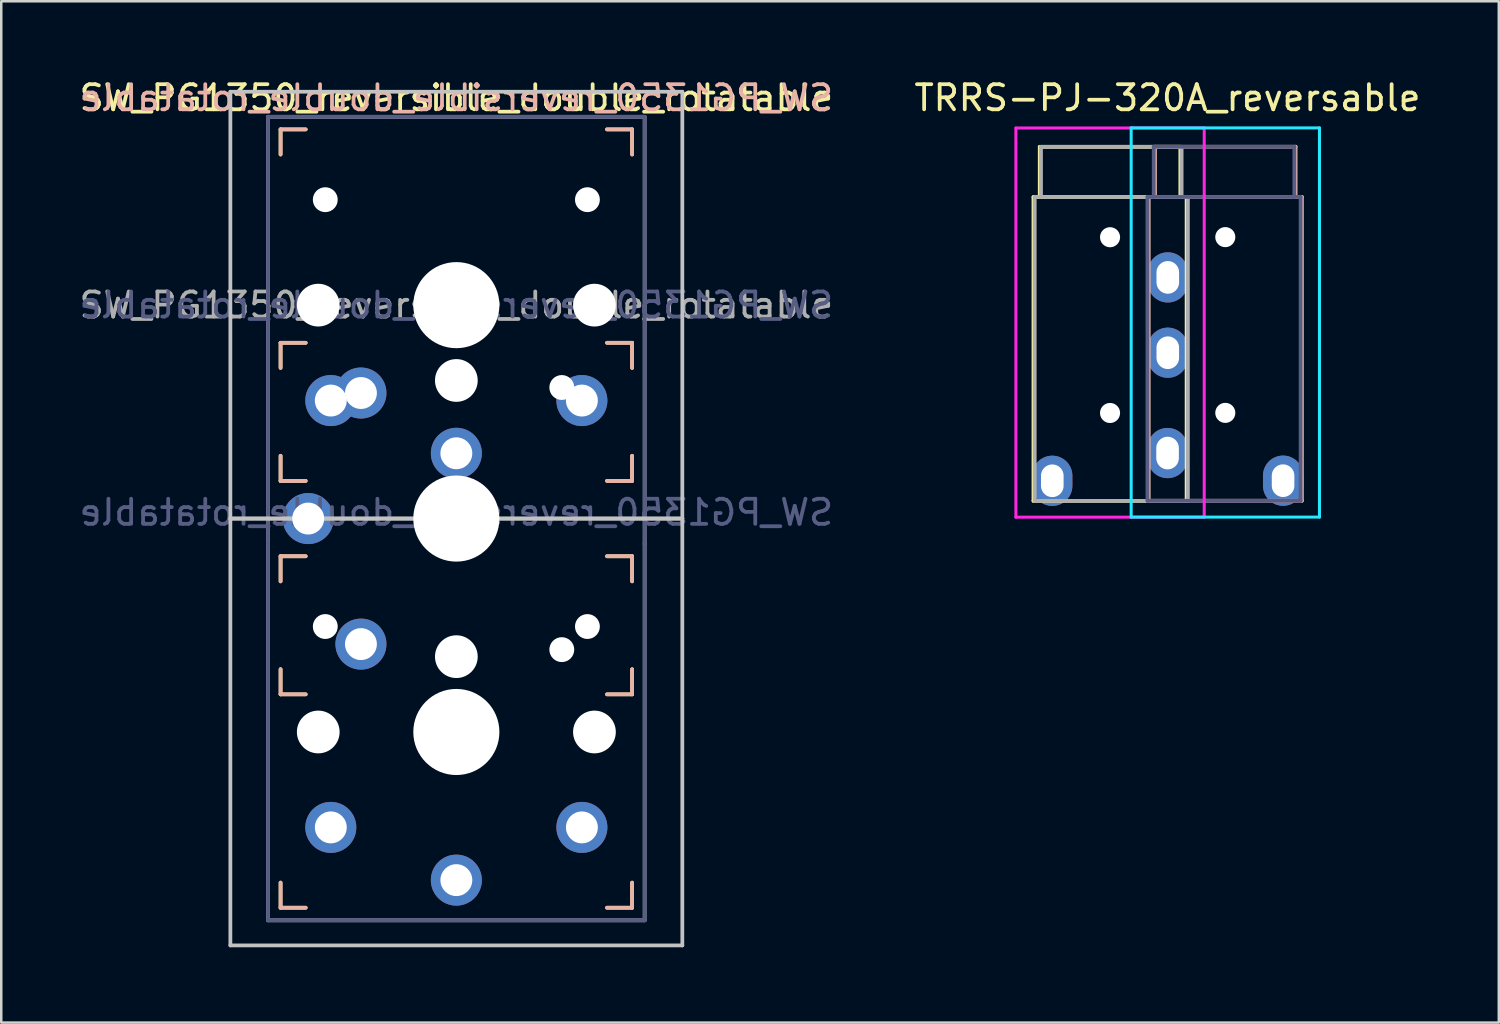
<source format=kicad_pcb>
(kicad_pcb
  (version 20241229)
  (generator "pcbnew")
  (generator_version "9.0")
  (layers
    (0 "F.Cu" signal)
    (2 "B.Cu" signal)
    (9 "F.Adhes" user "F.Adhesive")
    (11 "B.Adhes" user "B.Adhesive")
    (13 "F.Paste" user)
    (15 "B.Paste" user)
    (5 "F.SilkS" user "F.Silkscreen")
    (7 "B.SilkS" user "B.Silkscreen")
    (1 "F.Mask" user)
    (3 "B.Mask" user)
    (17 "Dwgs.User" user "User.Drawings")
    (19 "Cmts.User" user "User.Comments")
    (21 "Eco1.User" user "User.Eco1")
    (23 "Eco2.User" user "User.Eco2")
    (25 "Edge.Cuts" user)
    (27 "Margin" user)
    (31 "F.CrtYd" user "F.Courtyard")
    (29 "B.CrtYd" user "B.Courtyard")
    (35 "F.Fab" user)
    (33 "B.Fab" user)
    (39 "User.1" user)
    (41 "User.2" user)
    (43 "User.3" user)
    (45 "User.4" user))
  (footprint "SW_PG1350_reversible_double_rotatable"
    (layer "F.Cu")
    (at 15.125 9.103)
    (property "Reference" "SW_PG1350_reversible_double_rotatable" (at 0 -8.255 0) (layer "F.SilkS") (effects (font (size 1 1) (thickness 0.15))))
    (property "Value" "SW_PG1350_reversible_double_rotatable" (at 0 8.255 0) (layer "F.Fab") (hide yes) (effects (font (size 1 1) (thickness 0.15))))
    (attr through_hole)
    (fp_line (start -7 -7) (end -6 -7) (stroke (width 0.15) (type solid)) (layer "F.SilkS"))
    (fp_line (start -7 -6) (end -7 -7) (stroke (width 0.15) (type solid)) (layer "F.SilkS"))
    (fp_line (start -7 1.5) (end -6 1.5) (stroke (width 0.15) (type solid)) (layer "F.SilkS"))
    (fp_line (start -7 2.5) (end -7 1.5) (stroke (width 0.15) (type solid)) (layer "F.SilkS"))
    (fp_line (start -7 7) (end -7 6) (stroke (width 0.15) (type solid)) (layer "F.SilkS"))
    (fp_line (start -7 10) (end -6 10) (stroke (width 0.15) (type solid)) (layer "F.SilkS"))
    (fp_line (start -7 11) (end -7 10) (stroke (width 0.15) (type solid)) (layer "F.SilkS"))
    (fp_line (start -7 15.5) (end -7 14.5) (stroke (width 0.15) (type solid)) (layer "F.SilkS"))
    (fp_line (start -7 24) (end -7 23) (stroke (width 0.15) (type solid)) (layer "F.SilkS"))
    (fp_line (start -6 7) (end -7 7) (stroke (width 0.15) (type solid)) (layer "F.SilkS"))
    (fp_line (start -6 15.5) (end -7 15.5) (stroke (width 0.15) (type solid)) (layer "F.SilkS"))
    (fp_line (start -6 24) (end -7 24) (stroke (width 0.15) (type solid)) (layer "F.SilkS"))
    (fp_line (start 6 -7) (end 7 -7) (stroke (width 0.15) (type solid)) (layer "F.SilkS"))
    (fp_line (start 6 1.5) (end 7 1.5) (stroke (width 0.15) (type solid)) (layer "F.SilkS"))
    (fp_line (start 6 10) (end 7 10) (stroke (width 0.15) (type solid)) (layer "F.SilkS"))
    (fp_line (start 7 -7) (end 7 -6) (stroke (width 0.15) (type solid)) (layer "F.SilkS"))
    (fp_line (start 7 1.5) (end 7 2.5) (stroke (width 0.15) (type solid)) (layer "F.SilkS"))
    (fp_line (start 7 6) (end 7 7) (stroke (width 0.15) (type solid)) (layer "F.SilkS"))
    (fp_line (start 7 7) (end 6 7) (stroke (width 0.15) (type solid)) (layer "F.SilkS"))
    (fp_line (start 7 10) (end 7 11) (stroke (width 0.15) (type solid)) (layer "F.SilkS"))
    (fp_line (start 7 14.5) (end 7 15.5) (stroke (width 0.15) (type solid)) (layer "F.SilkS"))
    (fp_line (start 7 15.5) (end 6 15.5) (stroke (width 0.15) (type solid)) (layer "F.SilkS"))
    (fp_line (start 7 23) (end 7 24) (stroke (width 0.15) (type solid)) (layer "F.SilkS"))
    (fp_line (start 7 24) (end 6 24) (stroke (width 0.15) (type solid)) (layer "F.SilkS"))
    (fp_line (start -7 -7) (end -6 -7) (stroke (width 0.15) (type solid)) (layer "B.SilkS"))
    (fp_line (start -7 -6) (end -7 -7) (stroke (width 0.15) (type solid)) (layer "B.SilkS"))
    (fp_line (start -7 1.5) (end -6 1.5) (stroke (width 0.15) (type solid)) (layer "B.SilkS"))
    (fp_line (start -7 2.5) (end -7 1.5) (stroke (width 0.15) (type solid)) (layer "B.SilkS"))
    (fp_line (start -7 7) (end -7 6) (stroke (width 0.15) (type solid)) (layer "B.SilkS"))
    (fp_line (start -7 10) (end -6 10) (stroke (width 0.15) (type solid)) (layer "B.SilkS"))
    (fp_line (start -7 11) (end -7 10) (stroke (width 0.15) (type solid)) (layer "B.SilkS"))
    (fp_line (start -7 15.5) (end -7 14.5) (stroke (width 0.15) (type solid)) (layer "B.SilkS"))
    (fp_line (start -7 24) (end -7 23) (stroke (width 0.15) (type solid)) (layer "B.SilkS"))
    (fp_line (start -6 7) (end -7 7) (stroke (width 0.15) (type solid)) (layer "B.SilkS"))
    (fp_line (start -6 15.5) (end -7 15.5) (stroke (width 0.15) (type solid)) (layer "B.SilkS"))
    (fp_line (start -6 24) (end -7 24) (stroke (width 0.15) (type solid)) (layer "B.SilkS"))
    (fp_line (start 6 -7) (end 7 -7) (stroke (width 0.15) (type solid)) (layer "B.SilkS"))
    (fp_line (start 6 1.5) (end 7 1.5) (stroke (width 0.15) (type solid)) (layer "B.SilkS"))
    (fp_line (start 6 10) (end 7 10) (stroke (width 0.15) (type solid)) (layer "B.SilkS"))
    (fp_line (start 7 -7) (end 7 -6) (stroke (width 0.15) (type solid)) (layer "B.SilkS"))
    (fp_line (start 7 1.5) (end 7 2.5) (stroke (width 0.15) (type solid)) (layer "B.SilkS"))
    (fp_line (start 7 6) (end 7 7) (stroke (width 0.15) (type solid)) (layer "B.SilkS"))
    (fp_line (start 7 7) (end 6 7) (stroke (width 0.15) (type solid)) (layer "B.SilkS"))
    (fp_line (start 7 10) (end 7 11) (stroke (width 0.15) (type solid)) (layer "B.SilkS"))
    (fp_line (start 7 14.5) (end 7 15.5) (stroke (width 0.15) (type solid)) (layer "B.SilkS"))
    (fp_line (start 7 15.5) (end 6 15.5) (stroke (width 0.15) (type solid)) (layer "B.SilkS"))
    (fp_line (start 7 23) (end 7 24) (stroke (width 0.15) (type solid)) (layer "B.SilkS"))
    (fp_line (start 7 24) (end 6 24) (stroke (width 0.15) (type solid)) (layer "B.SilkS"))
    (fp_line (start -9 -8.5) (end 9 -8.5) (stroke (width 0.15) (type solid)) (layer "Dwgs.User"))
    (fp_line (start -9 8.5) (end -9 -8.5) (stroke (width 0.15) (type solid)) (layer "Dwgs.User"))
    (fp_line (start -9 8.5) (end 9 8.5) (stroke (width 0.15) (type solid)) (layer "Dwgs.User"))
    (fp_line (start -9 25.5) (end -9 8.5) (stroke (width 0.15) (type solid)) (layer "Dwgs.User"))
    (fp_line (start 9 -8.5) (end 9 8.5) (stroke (width 0.15) (type solid)) (layer "Dwgs.User"))
    (fp_line (start 9 8.5) (end -9 8.5) (stroke (width 0.15) (type solid)) (layer "Dwgs.User"))
    (fp_line (start 9 8.5) (end 9 25.5) (stroke (width 0.15) (type solid)) (layer "Dwgs.User"))
    (fp_line (start 9 25.5) (end -9 25.5) (stroke (width 0.15) (type solid)) (layer "Dwgs.User"))
    (fp_line (start -6.9 1.6) (end -6.9 15.4) (stroke (width 0.15) (type solid)) (layer "Eco2.User"))
    (fp_line (start -6.9 1.6) (end 6.9 1.6) (stroke (width 0.15) (type solid)) (layer "Eco2.User"))
    (fp_line (start -6.9 6.9) (end -6.9 -6.9) (stroke (width 0.15) (type solid)) (layer "Eco2.User"))
    (fp_line (start -6.9 6.9) (end 6.9 6.9) (stroke (width 0.15) (type solid)) (layer "Eco2.User"))
    (fp_line (start -6.9 23.9) (end -6.9 10.1) (stroke (width 0.15) (type solid)) (layer "Eco2.User"))
    (fp_line (start -6.9 23.9) (end 6.9 23.9) (stroke (width 0.15) (type solid)) (layer "Eco2.User"))
    (fp_line (start -2.6 -3.1) (end -2.6 -6.3) (stroke (width 0.15) (type solid)) (layer "Eco2.User"))
    (fp_line (start -2.6 -3.1) (end 2.6 -3.1) (stroke (width 0.15) (type solid)) (layer "Eco2.User"))
    (fp_line (start -2.6 13.9) (end -2.6 10.7) (stroke (width 0.15) (type solid)) (layer "Eco2.User"))
    (fp_line (start -2.6 13.9) (end 2.6 13.9) (stroke (width 0.15) (type solid)) (layer "Eco2.User"))
    (fp_line (start 2.6 -6.3) (end -2.6 -6.3) (stroke (width 0.15) (type solid)) (layer "Eco2.User"))
    (fp_line (start 2.6 -3.1) (end 2.6 -6.3) (stroke (width 0.15) (type solid)) (layer "Eco2.User"))
    (fp_line (start 2.6 10.7) (end -2.6 10.7) (stroke (width 0.15) (type solid)) (layer "Eco2.User"))
    (fp_line (start 2.6 13.9) (end 2.6 10.7) (stroke (width 0.15) (type solid)) (layer "Eco2.User"))
    (fp_line (start 3.1 5.9) (end 3.1 11.1) (stroke (width 0.15) (type solid)) (layer "Eco2.User"))
    (fp_line (start 3.1 5.9) (end 6.3 5.9) (stroke (width 0.15) (type solid)) (layer "Eco2.User"))
    (fp_line (start 3.1 11.1) (end 6.3 11.1) (stroke (width 0.15) (type solid)) (layer "Eco2.User"))
    (fp_line (start 6.3 11.1) (end 6.3 5.9) (stroke (width 0.15) (type solid)) (layer "Eco2.User"))
    (fp_line (start 6.9 -6.9) (end -6.9 -6.9) (stroke (width 0.15) (type solid)) (layer "Eco2.User"))
    (fp_line (start 6.9 -6.9) (end 6.9 6.9) (stroke (width 0.15) (type solid)) (layer "Eco2.User"))
    (fp_line (start 6.9 10.1) (end -6.9 10.1) (stroke (width 0.15) (type solid)) (layer "Eco2.User"))
    (fp_line (start 6.9 10.1) (end 6.9 23.9) (stroke (width 0.15) (type solid)) (layer "Eco2.User"))
    (fp_line (start 6.9 15.4) (end -6.9 15.4) (stroke (width 0.15) (type solid)) (layer "Eco2.User"))
    (fp_line (start 6.9 15.4) (end 6.9 1.6) (stroke (width 0.15) (type solid)) (layer "Eco2.User"))
    (fp_line (start -7.5 -7.5) (end 7.5 -7.5) (stroke (width 0.15) (type solid)) (layer "B.Fab"))
    (fp_line (start -7.5 9.5) (end -7.5 -7.5) (stroke (width 0.15) (type solid)) (layer "B.Fab"))
    (fp_line (start -7.5 24.5) (end -7.5 9.5) (stroke (width 0.15) (type solid)) (layer "B.Fab"))
    (fp_line (start 7.5 -7.5) (end 7.5 9.5) (stroke (width 0.15) (type solid)) (layer "B.Fab"))
    (fp_line (start 7.5 9.5) (end 7.5 24.5) (stroke (width 0.15) (type solid)) (layer "B.Fab"))
    (fp_line (start 7.5 24.5) (end -7.5 24.5) (stroke (width 0.15) (type solid)) (layer "B.Fab"))
    (fp_line (start -7.5 -7.5) (end 7.5 -7.5) (stroke (width 0.15) (type solid)) (layer "F.Fab"))
    (fp_line (start -7.5 9.5) (end -7.5 -7.5) (stroke (width 0.15) (type solid)) (layer "F.Fab"))
    (fp_line (start -7.5 24.5) (end -7.5 9.5) (stroke (width 0.15) (type solid)) (layer "F.Fab"))
    (fp_line (start 7.5 -7.5) (end 7.5 9.5) (stroke (width 0.15) (type solid)) (layer "F.Fab"))
    (fp_line (start 7.5 9.5) (end 7.5 24.5) (stroke (width 0.15) (type solid)) (layer "F.Fab"))
    (fp_line (start 7.5 24.5) (end -7.5 24.5) (stroke (width 0.15) (type solid)) (layer "F.Fab"))
    (fp_text user "${REFERENCE}" (at 0 -8.255 0) (layer "B.SilkS") (effects (font (size 1 1) (thickness 0.15)) (justify mirror)))
    (fp_text user "${REFERENCE}" (at 0 0 0) (layer "B.Fab") (effects (font (size 1 1) (thickness 0.15)) (justify mirror)))
    (fp_text user "${VALUE}" (at 0 8.255 0) (layer "B.Fab") (effects (font (size 1 1) (thickness 0.15)) (justify mirror)))
    (fp_text user "${REFERENCE}" (at 0 0 0) (layer "F.Fab") (effects (font (size 1 1) (thickness 0.15))))
    (pad "" np_thru_hole circle (at -5.5 0) (size 1.702 1.702) (drill 1.702) (layers "*.Cu" "*.Mask"))
    (pad "" np_thru_hole circle (at -5.5 17) (size 1.702 1.702) (drill 1.702) (layers "*.Cu" "*.Mask"))
    (pad "" np_thru_hole circle (at -5.22 -4.2) (size 0.991 0.991) (drill 0.991) (layers "*.Cu" "*.Mask"))
    (pad "" np_thru_hole circle (at -5.22 12.8) (size 0.991 0.991) (drill 0.991) (layers "*.Cu" "*.Mask"))
    (pad "" np_thru_hole circle (at 0 0) (size 3.429 3.429) (drill 3.429) (layers "*.Cu" "*.Mask"))
    (pad "" np_thru_hole circle (at 0 3 270) (size 1.702 1.702) (drill 1.702) (layers "*.Cu" "*.Mask"))
    (pad "" np_thru_hole circle (at 0 8.5 270) (size 3.429 3.429) (drill 3.429) (layers "*.Cu" "*.Mask"))
    (pad "" np_thru_hole circle (at 0 14 270) (size 1.702 1.702) (drill 1.702) (layers "*.Cu" "*.Mask"))
    (pad "" np_thru_hole circle (at 0 17) (size 3.429 3.429) (drill 3.429) (layers "*.Cu" "*.Mask"))
    (pad "" np_thru_hole circle (at 4.2 3.28 270) (size 0.991 0.991) (drill 0.991) (layers "*.Cu" "*.Mask"))
    (pad "" np_thru_hole circle (at 4.2 13.72 270) (size 0.991 0.991) (drill 0.991) (layers "*.Cu" "*.Mask"))
    (pad "" np_thru_hole circle (at 5.22 -4.2) (size 0.991 0.991) (drill 0.991) (layers "*.Cu" "*.Mask"))
    (pad "" np_thru_hole circle (at 5.22 12.8) (size 0.991 0.991) (drill 0.991) (layers "*.Cu" "*.Mask"))
    (pad "" np_thru_hole circle (at 5.5 0) (size 1.702 1.702) (drill 1.702) (layers "*.Cu" "*.Mask"))
    (pad "" np_thru_hole circle (at 5.5 17) (size 1.702 1.702) (drill 1.702) (layers "*.Cu" "*.Mask"))
    (pad "1" thru_hole circle (at -5.9 8.5 270) (size 2.032 2.032) (drill 1.27) (layers "*.Cu" "*.Mask"))
    (pad "1" thru_hole circle (at 0 5.9) (size 2.032 2.032) (drill 1.27) (layers "*.Cu" "*.Mask"))
    (pad "2" thru_hole circle (at -5 3.8) (size 2.032 2.032) (drill 1.27) (layers "*.Cu" "*.Mask"))
    (pad "2" thru_hole circle (at -3.8 3.5 270) (size 2.032 2.032) (drill 1.27) (layers "*.Cu" "*.Mask"))
    (pad "2" thru_hole circle (at -3.8 13.5 270) (size 2.032 2.032) (drill 1.27) (layers "*.Cu" "*.Mask"))
    (pad "2" thru_hole circle (at 5 3.8) (size 2.032 2.032) (drill 1.27) (layers "*.Cu" "*.Mask"))
    (pad "3" thru_hole circle (at 0 22.9) (size 2.032 2.032) (drill 1.27) (layers "*.Cu" "*.Mask"))
    (pad "4" thru_hole circle (at -5 20.8) (size 2.032 2.032) (drill 1.27) (layers "*.Cu" "*.Mask"))
    (pad "4" thru_hole circle (at 5 20.8) (size 2.032 2.032) (drill 1.27) (layers "*.Cu" "*.Mask")))
  (footprint "TRRS-PJ-320A_reversable"
    (layer "F.Cu")
    (at 41.16 4.798)
    (property "Reference" "TRRS-PJ-320A_reversable" (at 2.286 -3.95 0) (layer "F.SilkS") (effects (font (size 1 1) (thickness 0.15))))
    (attr through_hole)
    (fp_line (start -3.05 0) (end -3.05 12.1) (stroke (width 0.15) (type solid)) (layer "F.SilkS"))
    (fp_line (start -2.8 0) (end -2.8 -2) (stroke (width 0.15) (type solid)) (layer "F.SilkS"))
    (fp_line (start 2.8 -2) (end -2.8 -2) (stroke (width 0.15) (type solid)) (layer "F.SilkS"))
    (fp_line (start 2.8 0) (end 2.8 -2) (stroke (width 0.15) (type solid)) (layer "F.SilkS"))
    (fp_line (start 3.05 0) (end -3.05 0) (stroke (width 0.15) (type solid)) (layer "F.SilkS"))
    (fp_line (start 3.05 0) (end 3.05 12.1) (stroke (width 0.15) (type solid)) (layer "F.SilkS"))
    (fp_line (start 3.05 12.1) (end -3.05 12.1) (stroke (width 0.15) (type solid)) (layer "F.SilkS"))
    (fp_line (start 1.54 -0.004) (end 1.54 12.096) (stroke (width 0.15) (type solid)) (layer "B.SilkS"))
    (fp_line (start 1.54 -0.004) (end 7.641 -0.004) (stroke (width 0.15) (type solid)) (layer "B.SilkS"))
    (fp_line (start 1.54 12.096) (end 7.641 12.096) (stroke (width 0.15) (type solid)) (layer "B.SilkS"))
    (fp_line (start 1.79 -2.004) (end 7.391 -2.004) (stroke (width 0.15) (type solid)) (layer "B.SilkS"))
    (fp_line (start 1.79 -0.004) (end 1.79 -2.004) (stroke (width 0.15) (type solid)) (layer "B.SilkS"))
    (fp_line (start 7.391 -0.004) (end 7.391 -2.004) (stroke (width 0.15) (type solid)) (layer "B.SilkS"))
    (fp_line (start 7.641 -0.004) (end 7.641 12.096) (stroke (width 0.15) (type solid)) (layer "B.SilkS"))
    (fp_line (start 0.841 -2.754) (end 8.341 -2.754) (stroke (width 0.12) (type solid)) (layer "B.CrtYd"))
    (fp_line (start 0.841 12.746) (end 0.841 -2.754) (stroke (width 0.12) (type solid)) (layer "B.CrtYd"))
    (fp_line (start 8.341 -2.754) (end 8.341 12.746) (stroke (width 0.12) (type solid)) (layer "B.CrtYd"))
    (fp_line (start 8.341 12.746) (end 0.841 12.746) (stroke (width 0.12) (type solid)) (layer "B.CrtYd"))
    (fp_line (start -3.75 -2.75) (end -3.75 12.75) (stroke (width 0.12) (type solid)) (layer "F.CrtYd"))
    (fp_line (start -3.75 12.75) (end 3.75 12.75) (stroke (width 0.12) (type solid)) (layer "F.CrtYd"))
    (fp_line (start 3.75 -2.75) (end -3.75 -2.75) (stroke (width 0.12) (type solid)) (layer "F.CrtYd"))
    (fp_line (start 3.75 12.75) (end 3.75 -2.75) (stroke (width 0.12) (type solid)) (layer "F.CrtYd"))
    (fp_line (start 1.49 -0.004) (end 1.49 12.096) (stroke (width 0.15) (type solid)) (layer "B.Fab"))
    (fp_line (start 1.49 -0.004) (end 7.59 -0.004) (stroke (width 0.15) (type solid)) (layer "B.Fab"))
    (fp_line (start 1.49 12.096) (end 7.59 12.096) (stroke (width 0.15) (type solid)) (layer "B.Fab"))
    (fp_line (start 1.74 -2.004) (end 7.34 -2.004) (stroke (width 0.15) (type solid)) (layer "B.Fab"))
    (fp_line (start 1.74 -0.004) (end 1.74 -2.004) (stroke (width 0.15) (type solid)) (layer "B.Fab"))
    (fp_line (start 7.34 -0.004) (end 7.34 -2.004) (stroke (width 0.15) (type solid)) (layer "B.Fab"))
    (fp_line (start 7.59 -0.004) (end 7.59 12.096) (stroke (width 0.15) (type solid)) (layer "B.Fab"))
    (fp_line (start -3 0) (end -3 12.1) (stroke (width 0.15) (type solid)) (layer "F.Fab"))
    (fp_line (start -2.75 0) (end -2.75 -2) (stroke (width 0.15) (type solid)) (layer "F.Fab"))
    (fp_line (start 2.85 -2) (end -2.75 -2) (stroke (width 0.15) (type solid)) (layer "F.Fab"))
    (fp_line (start 2.85 0) (end 2.85 -2) (stroke (width 0.15) (type solid)) (layer "F.Fab"))
    (fp_line (start 3.1 0) (end -3 0) (stroke (width 0.15) (type solid)) (layer "F.Fab"))
    (fp_line (start 3.1 0) (end 3.1 12.1) (stroke (width 0.15) (type solid)) (layer "F.Fab"))
    (fp_line (start 3.1 12.1) (end -3 12.1) (stroke (width 0.15) (type solid)) (layer "F.Fab"))
    (pad "" np_thru_hole circle (at 0 1.6) (size 0.8 0.8) (drill 0.8) (layers "*.Cu" "*.Mask"))
    (pad "" np_thru_hole circle (at 0 8.6) (size 0.8 0.8) (drill 0.8) (layers "*.Cu" "*.Mask"))
    (pad "" np_thru_hole circle (at 4.59 1.596 180) (size 0.8 0.8) (drill 0.8) (layers "*.Cu" "*.Mask"))
    (pad "" np_thru_hole circle (at 4.59 8.596 180) (size 0.8 0.8) (drill 0.8) (layers "*.Cu" "*.Mask"))
    (pad "R1" thru_hole oval (at 2.3 6.2) (size 1.6 2) (drill oval 0.9 1.3) (layers "*.Cu" "*.Mask"))
    (pad "R2" thru_hole oval (at 2.3 3.2) (size 1.6 2) (drill oval 0.9 1.3) (layers "*.Cu" "*.Mask"))
    (pad "S" thru_hole oval (at -2.3 11.3) (size 1.6 2) (drill oval 0.9 1.3) (layers "*.Cu" "*.Mask"))
    (pad "S" thru_hole oval (at 6.891 11.296 180) (size 1.6 2) (drill oval 0.9 1.3) (layers "*.Cu" "*.Mask"))
    (pad "T" thru_hole oval (at 2.291 10.196 180) (size 1.6 2) (drill oval 0.9 1.3) (layers "*.Cu" "*.Mask")))
  (gr_rect
    (start -3 -3)
    (end 56.643 37.678)
    (stroke (width 0.1) (type default))
    (fill no)
    (layer "Edge.Cuts")))
</source>
